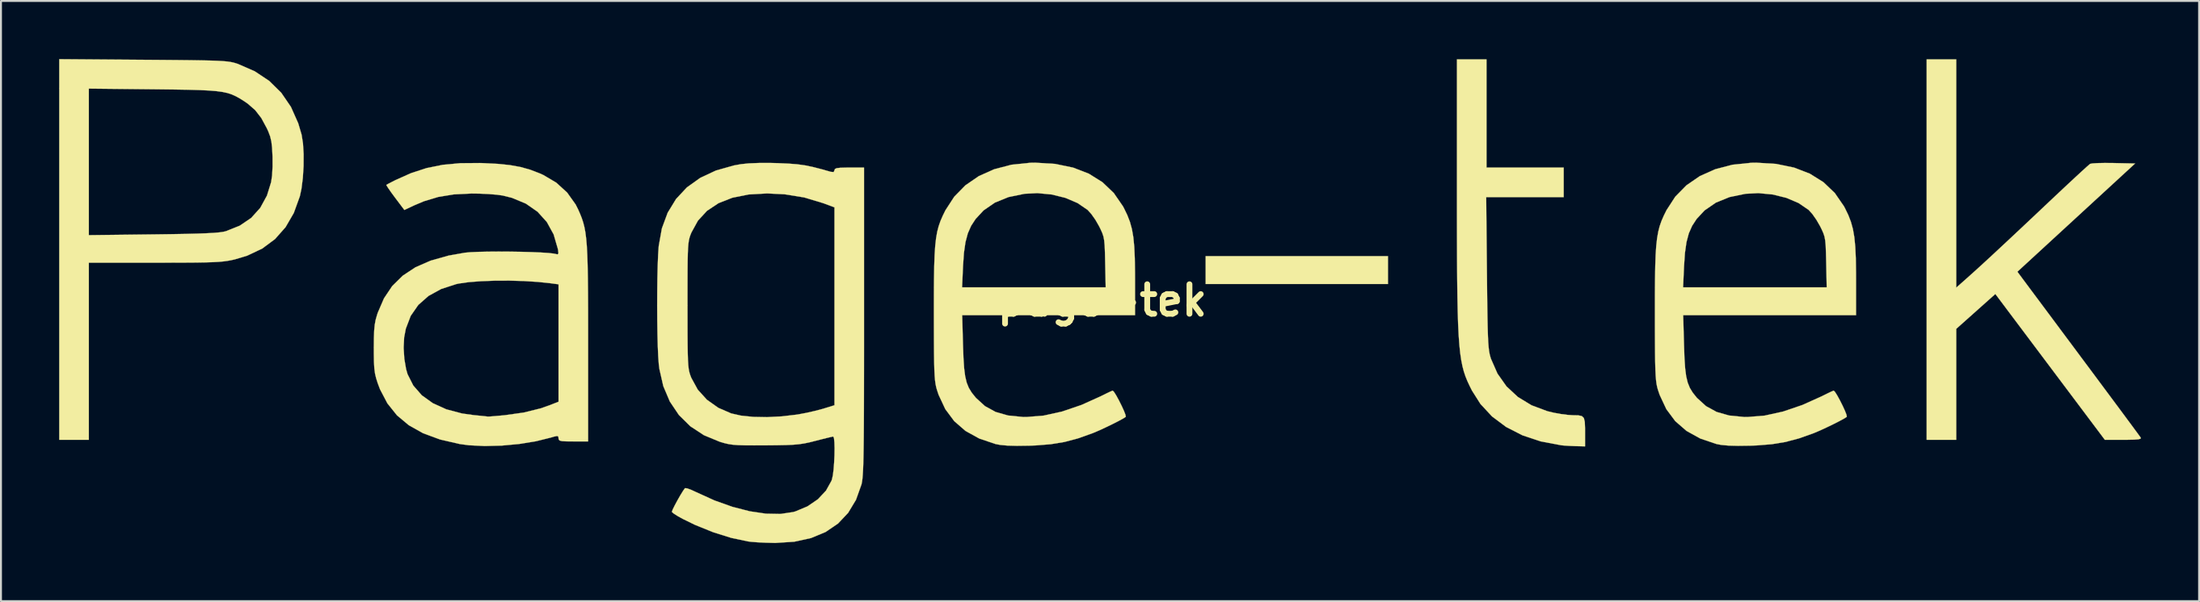
<source format=kicad_pcb>
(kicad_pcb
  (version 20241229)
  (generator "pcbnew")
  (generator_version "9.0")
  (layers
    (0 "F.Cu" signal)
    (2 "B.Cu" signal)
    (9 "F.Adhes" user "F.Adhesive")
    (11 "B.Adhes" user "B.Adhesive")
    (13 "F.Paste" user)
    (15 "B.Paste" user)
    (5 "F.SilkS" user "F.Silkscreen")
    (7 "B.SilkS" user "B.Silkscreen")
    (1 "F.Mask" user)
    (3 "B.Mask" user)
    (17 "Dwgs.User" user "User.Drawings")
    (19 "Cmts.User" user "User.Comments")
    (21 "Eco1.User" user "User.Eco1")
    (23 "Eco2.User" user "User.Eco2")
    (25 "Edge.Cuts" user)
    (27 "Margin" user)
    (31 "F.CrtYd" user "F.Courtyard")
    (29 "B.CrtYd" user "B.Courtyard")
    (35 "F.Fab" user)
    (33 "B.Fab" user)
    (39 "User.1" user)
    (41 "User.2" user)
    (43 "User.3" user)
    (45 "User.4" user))
  (footprint "page-tek"
    (layer "F.Cu")
    (at 53.768 12.461)
    (property "Reference" "page-tek" (at 0 0 0) (layer "F.SilkS") (effects (font (size 1.524 1.524) (thickness 0.3))))
    (attr through_hole)
    (fp_poly (pts (xy 14.732 -0.847) (xy 5.334 -0.847) (xy 5.334 -2.286) (xy 14.732 -2.286) (xy 14.732 -0.847)) (stroke (width 0.01) (type solid)) (fill yes) (layer "F.SilkS"))
    (fp_poly (pts (xy 44.027 -0.66) (xy 44.598 -1.167) (xy 44.925 -1.46) (xy 45.299 -1.8) (xy 45.733 -2.2) (xy 46.237 -2.668) (xy 46.823 -3.216) (xy 47.501 -3.853) (xy 48.284 -4.591) (xy 48.845 -5.122) (xy 49.33 -5.579) (xy 49.778 -5.999) (xy 50.174 -6.368) (xy 50.504 -6.672) (xy 50.75 -6.896) (xy 50.898 -7.025) (xy 50.931 -7.051) (xy 51.056 -7.074) (xy 51.315 -7.09) (xy 51.67 -7.097) (xy 52.087 -7.095) (xy 52.148 -7.093) (xy 53.248 -7.07) (xy 47.179 -1.482) (xy 47.367 -1.228) (xy 47.451 -1.114) (xy 47.627 -0.878) (xy 47.884 -0.532) (xy 48.214 -0.089) (xy 48.607 0.439) (xy 49.052 1.037) (xy 49.541 1.695) (xy 50.064 2.397) (xy 50.516 3.006) (xy 51.056 3.731) (xy 51.565 4.417) (xy 52.036 5.051) (xy 52.46 5.622) (xy 52.826 6.117) (xy 53.127 6.524) (xy 53.352 6.83) (xy 53.493 7.024) (xy 53.541 7.091) (xy 53.532 7.138) (xy 53.425 7.17) (xy 53.198 7.188) (xy 52.832 7.196) (xy 52.646 7.197) (xy 51.688 7.197) (xy 46.043 -0.332) (xy 44.027 1.468) (xy 44.027 7.197) (xy 42.503 7.197) (xy 42.503 -12.446) (xy 44.027 -12.446) (xy 44.027 -0.66)) (stroke (width 0.01) (type solid)) (fill yes) (layer "F.SilkS"))
    (fp_poly (pts (xy 19.812 -6.858) (xy 23.791 -6.858) (xy 23.791 -5.334) (xy 19.796 -5.334) (xy 19.834 -1.418) (xy 19.843 -0.494) (xy 19.852 0.277) (xy 19.862 0.912) (xy 19.873 1.426) (xy 19.886 1.836) (xy 19.901 2.159) (xy 19.921 2.411) (xy 19.944 2.609) (xy 19.973 2.767) (xy 20.008 2.904) (xy 20.041 3.012) (xy 20.378 3.779) (xy 20.843 4.439) (xy 21.431 4.986) (xy 22.134 5.414) (xy 22.945 5.718) (xy 23.277 5.798) (xy 23.642 5.864) (xy 23.999 5.91) (xy 24.256 5.927) (xy 24.543 5.933) (xy 24.728 5.972) (xy 24.832 6.075) (xy 24.879 6.272) (xy 24.892 6.594) (xy 24.892 6.782) (xy 24.892 7.535) (xy 24.405 7.523) (xy 24.084 7.51) (xy 23.793 7.491) (xy 23.664 7.478) (xy 22.611 7.28) (xy 21.661 6.963) (xy 20.821 6.532) (xy 20.098 5.991) (xy 19.5 5.346) (xy 19.064 4.657) (xy 18.939 4.408) (xy 18.828 4.169) (xy 18.73 3.928) (xy 18.645 3.674) (xy 18.572 3.395) (xy 18.509 3.079) (xy 18.456 2.717) (xy 18.413 2.295) (xy 18.377 1.804) (xy 18.349 1.231) (xy 18.328 0.566) (xy 18.312 -0.204) (xy 18.301 -1.089) (xy 18.294 -2.1) (xy 18.29 -3.25) (xy 18.288 -4.549) (xy 18.288 -5.652) (xy 18.288 -12.446) (xy 19.812 -12.446) (xy 19.812 -6.858)) (stroke (width 0.01) (type solid)) (fill yes) (layer "F.SilkS"))
    (fp_poly (pts (xy -49.424 -12.424) (xy -48.453 -12.417) (xy -47.637 -12.41) (xy -46.958 -12.403) (xy -46.403 -12.394) (xy -45.956 -12.384) (xy -45.6 -12.371) (xy -45.322 -12.355) (xy -45.105 -12.336) (xy -44.934 -12.312) (xy -44.794 -12.283) (xy -44.669 -12.248) (xy -44.551 -12.209) (xy -43.685 -11.83) (xy -42.941 -11.334) (xy -42.319 -10.722) (xy -41.82 -9.992) (xy -41.444 -9.146) (xy -41.27 -8.556) (xy -41.199 -8.108) (xy -41.166 -7.551) (xy -41.169 -6.937) (xy -41.207 -6.322) (xy -41.278 -5.76) (xy -41.361 -5.376) (xy -41.672 -4.516) (xy -42.098 -3.781) (xy -42.639 -3.169) (xy -43.298 -2.679) (xy -44.075 -2.311) (xy -44.713 -2.119) (xy -44.903 -2.076) (xy -45.095 -2.041) (xy -45.305 -2.013) (xy -45.554 -1.991) (xy -45.859 -1.975) (xy -46.241 -1.963) (xy -46.718 -1.955) (xy -47.309 -1.951) (xy -48.032 -1.949) (xy -48.831 -1.948) (xy -52.239 -1.947) (xy -52.239 7.197) (xy -53.763 7.197) (xy -53.763 -3.37) (xy -52.239 -3.37) (xy -48.916 -3.409) (xy -48.017 -3.421) (xy -47.272 -3.434) (xy -46.666 -3.449) (xy -46.182 -3.467) (xy -45.805 -3.487) (xy -45.52 -3.512) (xy -45.312 -3.541) (xy -45.17 -3.574) (xy -44.457 -3.86) (xy -43.869 -4.26) (xy -43.403 -4.777) (xy -43.056 -5.413) (xy -42.842 -6.104) (xy -42.792 -6.448) (xy -42.767 -6.901) (xy -42.768 -7.403) (xy -42.77 -7.457) (xy -42.792 -7.889) (xy -42.829 -8.207) (xy -42.891 -8.469) (xy -42.989 -8.729) (xy -43.063 -8.89) (xy -43.349 -9.419) (xy -43.665 -9.827) (xy -44.05 -10.162) (xy -44.239 -10.291) (xy -44.457 -10.428) (xy -44.658 -10.54) (xy -44.861 -10.632) (xy -45.082 -10.706) (xy -45.342 -10.763) (xy -45.658 -10.806) (xy -46.048 -10.838) (xy -46.531 -10.861) (xy -47.124 -10.878) (xy -47.847 -10.89) (xy -48.717 -10.9) (xy -48.916 -10.902) (xy -52.239 -10.936) (xy -52.239 -3.37) (xy -53.763 -3.37) (xy -53.763 -12.456) (xy -49.424 -12.424)) (stroke (width 0.01) (type solid)) (fill yes) (layer "F.SilkS"))
    (fp_poly (pts (xy -2.421 -7.048) (xy -1.501 -6.858) (xy -0.689 -6.544) (xy 0.012 -6.105) (xy 0.599 -5.545) (xy 1.068 -4.864) (xy 1.122 -4.765) (xy 1.295 -4.406) (xy 1.431 -4.054) (xy 1.533 -3.683) (xy 1.606 -3.263) (xy 1.654 -2.768) (xy 1.681 -2.171) (xy 1.692 -1.443) (xy 1.693 -1.105) (xy 1.693 0.762) (xy -7.217 0.762) (xy -7.175 2.307) (xy -7.151 2.974) (xy -7.116 3.501) (xy -7.063 3.914) (xy -6.985 4.243) (xy -6.875 4.516) (xy -6.725 4.761) (xy -6.529 5.006) (xy -6.502 5.037) (xy -6.04 5.458) (xy -5.494 5.758) (xy -4.849 5.942) (xy -4.088 6.017) (xy -3.896 6.019) (xy -3.018 5.947) (xy -2.069 5.738) (xy -1.069 5.397) (xy -0.084 4.953) (xy 0.198 4.813) (xy 0.418 4.708) (xy 0.534 4.659) (xy 0.542 4.657) (xy 0.612 4.727) (xy 0.726 4.908) (xy 0.862 5.159) (xy 1.001 5.436) (xy 1.121 5.698) (xy 1.2 5.902) (xy 1.219 6.006) (xy 1.216 6.009) (xy 1.087 6.094) (xy 0.843 6.227) (xy 0.526 6.389) (xy 0.175 6.558) (xy -0.169 6.717) (xy -0.465 6.843) (xy -0.508 6.86) (xy -1.25 7.124) (xy -1.943 7.308) (xy -2.65 7.424) (xy -3.434 7.487) (xy -3.768 7.499) (xy -4.395 7.507) (xy -4.881 7.495) (xy -5.253 7.461) (xy -5.503 7.413) (xy -6.338 7.13) (xy -7.044 6.739) (xy -7.625 6.235) (xy -8.087 5.614) (xy -8.434 4.871) (xy -8.519 4.614) (xy -8.558 4.472) (xy -8.59 4.316) (xy -8.616 4.127) (xy -8.636 3.888) (xy -8.651 3.581) (xy -8.662 3.188) (xy -8.669 2.693) (xy -8.673 2.076) (xy -8.675 1.32) (xy -8.676 0.677) (xy -8.675 -0.287) (xy -8.673 -0.677) (xy -7.222 -0.677) (xy 0.181 -0.677) (xy 0.154 -1.968) (xy 0.143 -2.464) (xy 0.128 -2.827) (xy 0.104 -3.093) (xy 0.065 -3.3) (xy 0.004 -3.483) (xy -0.084 -3.679) (xy -0.161 -3.834) (xy -0.348 -4.16) (xy -0.561 -4.463) (xy -0.751 -4.673) (xy -1.267 -5.026) (xy -1.896 -5.295) (xy -2.6 -5.469) (xy -3.339 -5.54) (xy -4.004 -5.506) (xy -4.829 -5.336) (xy -5.531 -5.05) (xy -6.116 -4.647) (xy -6.525 -4.205) (xy -6.755 -3.852) (xy -6.926 -3.465) (xy -7.047 -3.01) (xy -7.127 -2.455) (xy -7.174 -1.771) (xy -7.222 -0.677) (xy -8.673 -0.677) (xy -8.67 -1.1) (xy -8.658 -1.781) (xy -8.638 -2.348) (xy -8.607 -2.818) (xy -8.563 -3.21) (xy -8.505 -3.544) (xy -8.429 -3.836) (xy -8.335 -4.105) (xy -8.22 -4.37) (xy -8.083 -4.649) (xy -8.079 -4.657) (xy -7.627 -5.354) (xy -7.052 -5.942) (xy -6.362 -6.417) (xy -5.568 -6.773) (xy -4.68 -7.005) (xy -3.707 -7.107) (xy -3.447 -7.111) (xy -2.421 -7.048)) (stroke (width 0.01) (type solid)) (fill yes) (layer "F.SilkS"))
    (fp_poly (pts (xy 34.747 -7.048) (xy 35.668 -6.858) (xy 36.48 -6.544) (xy 37.181 -6.105) (xy 37.768 -5.545) (xy 38.237 -4.864) (xy 38.29 -4.765) (xy 38.464 -4.406) (xy 38.599 -4.054) (xy 38.701 -3.683) (xy 38.774 -3.263) (xy 38.822 -2.768) (xy 38.85 -2.171) (xy 38.861 -1.443) (xy 38.862 -1.105) (xy 38.862 0.762) (xy 29.951 0.762) (xy 29.994 2.307) (xy 30.017 2.974) (xy 30.052 3.501) (xy 30.105 3.914) (xy 30.184 4.243) (xy 30.294 4.516) (xy 30.444 4.761) (xy 30.639 5.006) (xy 30.666 5.037) (xy 31.129 5.458) (xy 31.675 5.758) (xy 32.32 5.942) (xy 33.081 6.017) (xy 33.273 6.019) (xy 34.151 5.947) (xy 35.1 5.738) (xy 36.1 5.397) (xy 37.085 4.953) (xy 37.367 4.813) (xy 37.586 4.708) (xy 37.703 4.659) (xy 37.711 4.657) (xy 37.78 4.727) (xy 37.894 4.908) (xy 38.031 5.159) (xy 38.17 5.436) (xy 38.29 5.698) (xy 38.369 5.902) (xy 38.387 6.006) (xy 38.385 6.009) (xy 38.256 6.094) (xy 38.012 6.227) (xy 37.694 6.389) (xy 37.344 6.558) (xy 37 6.717) (xy 36.703 6.843) (xy 36.661 6.86) (xy 35.918 7.124) (xy 35.226 7.308) (xy 34.519 7.424) (xy 33.735 7.487) (xy 33.401 7.499) (xy 32.774 7.507) (xy 32.288 7.495) (xy 31.916 7.461) (xy 31.665 7.413) (xy 30.831 7.13) (xy 30.125 6.739) (xy 29.544 6.235) (xy 29.082 5.614) (xy 28.735 4.871) (xy 28.649 4.614) (xy 28.61 4.472) (xy 28.578 4.316) (xy 28.553 4.127) (xy 28.533 3.888) (xy 28.518 3.581) (xy 28.507 3.188) (xy 28.5 2.693) (xy 28.496 2.076) (xy 28.493 1.32) (xy 28.493 0.677) (xy 28.493 -0.287) (xy 28.496 -0.677) (xy 29.946 -0.677) (xy 37.35 -0.677) (xy 37.323 -1.968) (xy 37.311 -2.464) (xy 37.297 -2.827) (xy 37.273 -3.093) (xy 37.234 -3.3) (xy 37.173 -3.483) (xy 37.085 -3.679) (xy 37.008 -3.834) (xy 36.82 -4.16) (xy 36.608 -4.463) (xy 36.418 -4.673) (xy 35.902 -5.026) (xy 35.273 -5.295) (xy 34.569 -5.469) (xy 33.83 -5.54) (xy 33.165 -5.506) (xy 32.34 -5.336) (xy 31.637 -5.05) (xy 31.053 -4.647) (xy 30.643 -4.205) (xy 30.413 -3.852) (xy 30.242 -3.465) (xy 30.121 -3.01) (xy 30.042 -2.455) (xy 29.995 -1.771) (xy 29.946 -0.677) (xy 28.496 -0.677) (xy 28.499 -1.1) (xy 28.511 -1.781) (xy 28.531 -2.348) (xy 28.562 -2.818) (xy 28.606 -3.21) (xy 28.664 -3.544) (xy 28.739 -3.836) (xy 28.833 -4.105) (xy 28.948 -4.37) (xy 29.086 -4.649) (xy 29.09 -4.657) (xy 29.541 -5.354) (xy 30.117 -5.942) (xy 30.806 -6.417) (xy 31.601 -6.773) (xy 32.489 -7.005) (xy 33.462 -7.107) (xy 33.722 -7.111) (xy 34.747 -7.048)) (stroke (width 0.01) (type solid)) (fill yes) (layer "F.SilkS"))
    (fp_poly (pts (xy -31.935 -7.09) (xy -31.17 -7.052) (xy -30.532 -6.987) (xy -29.982 -6.888) (xy -29.48 -6.746) (xy -28.985 -6.555) (xy -28.81 -6.476) (xy -28.141 -6.08) (xy -27.579 -5.566) (xy -27.143 -4.953) (xy -27.017 -4.703) (xy -26.916 -4.474) (xy -26.829 -4.255) (xy -26.755 -4.032) (xy -26.693 -3.791) (xy -26.642 -3.518) (xy -26.601 -3.198) (xy -26.568 -2.817) (xy -26.544 -2.361) (xy -26.526 -1.815) (xy -26.514 -1.166) (xy -26.506 -0.399) (xy -26.502 0.501) (xy -26.501 1.547) (xy -26.501 2.253) (xy -26.501 7.281) (xy -27.263 7.281) (xy -27.625 7.278) (xy -27.851 7.264) (xy -27.971 7.233) (xy -28.018 7.177) (xy -28.025 7.12) (xy -28.036 7.028) (xy -28.098 7) (xy -28.252 7.03) (xy -28.427 7.082) (xy -29.196 7.273) (xy -30.055 7.412) (xy -30.95 7.495) (xy -31.83 7.518) (xy -32.643 7.478) (xy -33.12 7.414) (xy -34.133 7.18) (xy -35.006 6.858) (xy -35.744 6.444) (xy -36.356 5.931) (xy -36.848 5.315) (xy -37.227 4.591) (xy -37.346 4.276) (xy -37.429 4.015) (xy -37.486 3.773) (xy -37.521 3.507) (xy -37.54 3.176) (xy -37.547 2.739) (xy -37.547 2.455) (xy -37.547 2.443) (xy -36.011 2.443) (xy -35.975 3.014) (xy -35.884 3.546) (xy -35.808 3.81) (xy -35.512 4.396) (xy -35.075 4.897) (xy -34.505 5.307) (xy -33.811 5.622) (xy -33 5.837) (xy -32.396 5.922) (xy -32.072 5.954) (xy -31.819 5.98) (xy -31.679 5.996) (xy -31.665 5.998) (xy -31.568 5.994) (xy -31.341 5.976) (xy -31.023 5.948) (xy -30.797 5.927) (xy -29.812 5.788) (xy -28.944 5.573) (xy -28.469 5.405) (xy -28.025 5.23) (xy -28.025 -0.831) (xy -28.427 -0.885) (xy -29.081 -0.955) (xy -29.805 -1.001) (xy -30.562 -1.022) (xy -31.314 -1.019) (xy -32.023 -0.993) (xy -32.652 -0.944) (xy -33.163 -0.872) (xy -33.298 -0.843) (xy -34.077 -0.59) (xy -34.731 -0.23) (xy -35.255 0.234) (xy -35.646 0.798) (xy -35.898 1.458) (xy -35.984 1.911) (xy -36.011 2.443) (xy -37.547 2.443) (xy -37.543 1.942) (xy -37.529 1.556) (xy -37.5 1.257) (xy -37.453 1.001) (xy -37.381 0.748) (xy -37.344 0.635) (xy -37.024 -0.107) (xy -36.6 -0.741) (xy -36.062 -1.273) (xy -35.405 -1.709) (xy -34.618 -2.054) (xy -33.694 -2.314) (xy -32.854 -2.463) (xy -32.573 -2.489) (xy -32.17 -2.507) (xy -31.677 -2.518) (xy -31.125 -2.522) (xy -30.544 -2.519) (xy -29.965 -2.51) (xy -29.418 -2.495) (xy -28.934 -2.474) (xy -28.543 -2.449) (xy -28.277 -2.419) (xy -28.203 -2.404) (xy -28.075 -2.377) (xy -28.03 -2.426) (xy -28.047 -2.59) (xy -28.062 -2.668) (xy -28.278 -3.409) (xy -28.628 -4.048) (xy -29.106 -4.578) (xy -29.706 -4.996) (xy -30.423 -5.296) (xy -30.903 -5.416) (xy -31.213 -5.459) (xy -31.634 -5.493) (xy -32.106 -5.514) (xy -32.512 -5.519) (xy -33.416 -5.475) (xy -34.217 -5.345) (xy -34.963 -5.121) (xy -35.449 -4.916) (xy -35.973 -4.67) (xy -36.451 -5.305) (xy -36.655 -5.582) (xy -36.809 -5.804) (xy -36.893 -5.939) (xy -36.901 -5.966) (xy -36.816 -6.014) (xy -36.625 -6.114) (xy -36.433 -6.212) (xy -35.628 -6.572) (xy -34.828 -6.833) (xy -33.996 -7.001) (xy -33.091 -7.086) (xy -32.075 -7.094) (xy -31.935 -7.09)) (stroke (width 0.01) (type solid)) (fill yes) (layer "F.SilkS"))
    (fp_poly (pts (xy -16.722 -7.088) (xy -16.174 -7.064) (xy -15.728 -7.03) (xy -15.328 -6.975) (xy -14.922 -6.892) (xy -14.453 -6.771) (xy -13.991 -6.64) (xy -13.842 -6.627) (xy -13.801 -6.721) (xy -13.777 -6.787) (xy -13.685 -6.828) (xy -13.496 -6.85) (xy -13.177 -6.858) (xy -13.039 -6.858) (xy -12.277 -6.858) (xy -12.277 1.067) (xy -12.277 2.426) (xy -12.278 3.626) (xy -12.28 4.677) (xy -12.282 5.591) (xy -12.286 6.377) (xy -12.291 7.047) (xy -12.298 7.61) (xy -12.306 8.078) (xy -12.316 8.461) (xy -12.328 8.769) (xy -12.343 9.013) (xy -12.359 9.203) (xy -12.378 9.35) (xy -12.4 9.465) (xy -12.41 9.506) (xy -12.691 10.294) (xy -13.095 10.966) (xy -13.618 11.521) (xy -14.258 11.956) (xy -15.01 12.269) (xy -15.872 12.458) (xy -16.84 12.521) (xy -16.926 12.52) (xy -17.353 12.509) (xy -17.767 12.489) (xy -18.107 12.462) (xy -18.246 12.445) (xy -19.118 12.261) (xy -20.051 11.969) (xy -20.991 11.588) (xy -21.611 11.285) (xy -21.884 11.134) (xy -22.086 11.005) (xy -22.18 10.923) (xy -22.183 10.914) (xy -22.143 10.801) (xy -22.04 10.591) (xy -21.9 10.33) (xy -21.749 10.064) (xy -21.613 9.842) (xy -21.519 9.708) (xy -21.501 9.692) (xy -21.394 9.704) (xy -21.183 9.781) (xy -20.919 9.903) (xy -19.982 10.329) (xy -19.058 10.658) (xy -18.17 10.887) (xy -17.338 11.01) (xy -16.582 11.024) (xy -15.923 10.925) (xy -15.812 10.893) (xy -15.191 10.632) (xy -14.658 10.268) (xy -14.239 9.823) (xy -13.958 9.318) (xy -13.932 9.246) (xy -13.885 9.036) (xy -13.846 8.732) (xy -13.818 8.371) (xy -13.8 7.992) (xy -13.795 7.63) (xy -13.804 7.324) (xy -13.826 7.111) (xy -13.864 7.027) (xy -13.866 7.027) (xy -13.971 7.048) (xy -14.201 7.103) (xy -14.52 7.183) (xy -14.776 7.249) (xy -15.082 7.326) (xy -15.354 7.383) (xy -15.627 7.424) (xy -15.935 7.451) (xy -16.312 7.468) (xy -16.793 7.477) (xy -17.357 7.482) (xy -17.956 7.484) (xy -18.416 7.481) (xy -18.767 7.471) (xy -19.041 7.45) (xy -19.268 7.416) (xy -19.478 7.367) (xy -19.702 7.301) (xy -19.715 7.297) (xy -20.53 6.959) (xy -21.234 6.496) (xy -21.822 5.914) (xy -22.287 5.222) (xy -22.624 4.427) (xy -22.827 3.535) (xy -22.857 3.294) (xy -22.886 2.899) (xy -22.909 2.368) (xy -22.926 1.735) (xy -22.936 1.032) (xy -22.94 0.292) (xy -22.938 -0.23) (xy -21.377 -0.23) (xy -21.377 0.254) (xy -21.376 1.084) (xy -21.375 1.762) (xy -21.371 2.308) (xy -21.364 2.739) (xy -21.354 3.073) (xy -21.338 3.328) (xy -21.317 3.523) (xy -21.289 3.676) (xy -21.253 3.805) (xy -21.209 3.928) (xy -21.182 3.996) (xy -20.848 4.607) (xy -20.378 5.127) (xy -19.79 5.544) (xy -19.124 5.834) (xy -18.618 5.948) (xy -17.988 6.013) (xy -17.275 6.026) (xy -16.517 5.987) (xy -15.753 5.897) (xy -15.662 5.883) (xy -15.235 5.802) (xy -14.783 5.699) (xy -14.4 5.597) (xy -14.371 5.588) (xy -13.801 5.412) (xy -13.801 -4.806) (xy -14.383 -5.022) (xy -15.358 -5.316) (xy -16.369 -5.48) (xy -17.272 -5.524) (xy -18.229 -5.47) (xy -19.065 -5.302) (xy -19.78 -5.021) (xy -20.372 -4.626) (xy -20.838 -4.12) (xy -21.177 -3.503) (xy -21.183 -3.488) (xy -21.233 -3.362) (xy -21.273 -3.239) (xy -21.305 -3.102) (xy -21.33 -2.934) (xy -21.348 -2.715) (xy -21.361 -2.427) (xy -21.369 -2.053) (xy -21.374 -1.575) (xy -21.376 -0.973) (xy -21.377 -0.23) (xy -22.938 -0.23) (xy -22.937 -0.449) (xy -22.929 -1.161) (xy -22.913 -1.809) (xy -22.891 -2.36) (xy -22.863 -2.78) (xy -22.86 -2.811) (xy -22.698 -3.719) (xy -22.399 -4.529) (xy -21.968 -5.236) (xy -21.407 -5.837) (xy -20.72 -6.328) (xy -19.911 -6.707) (xy -18.983 -6.969) (xy -18.625 -7.034) (xy -18.218 -7.076) (xy -17.685 -7.097) (xy -17.069 -7.097) (xy -16.722 -7.088)) (stroke (width 0.01) (type solid)) (fill yes) (layer "F.SilkS")))
  (gr_rect
    (start -3 -3)
    (end 110.314 27.986)
    (stroke (width 0.1) (type default))
    (fill no)
    (layer "Edge.Cuts")))
</source>
